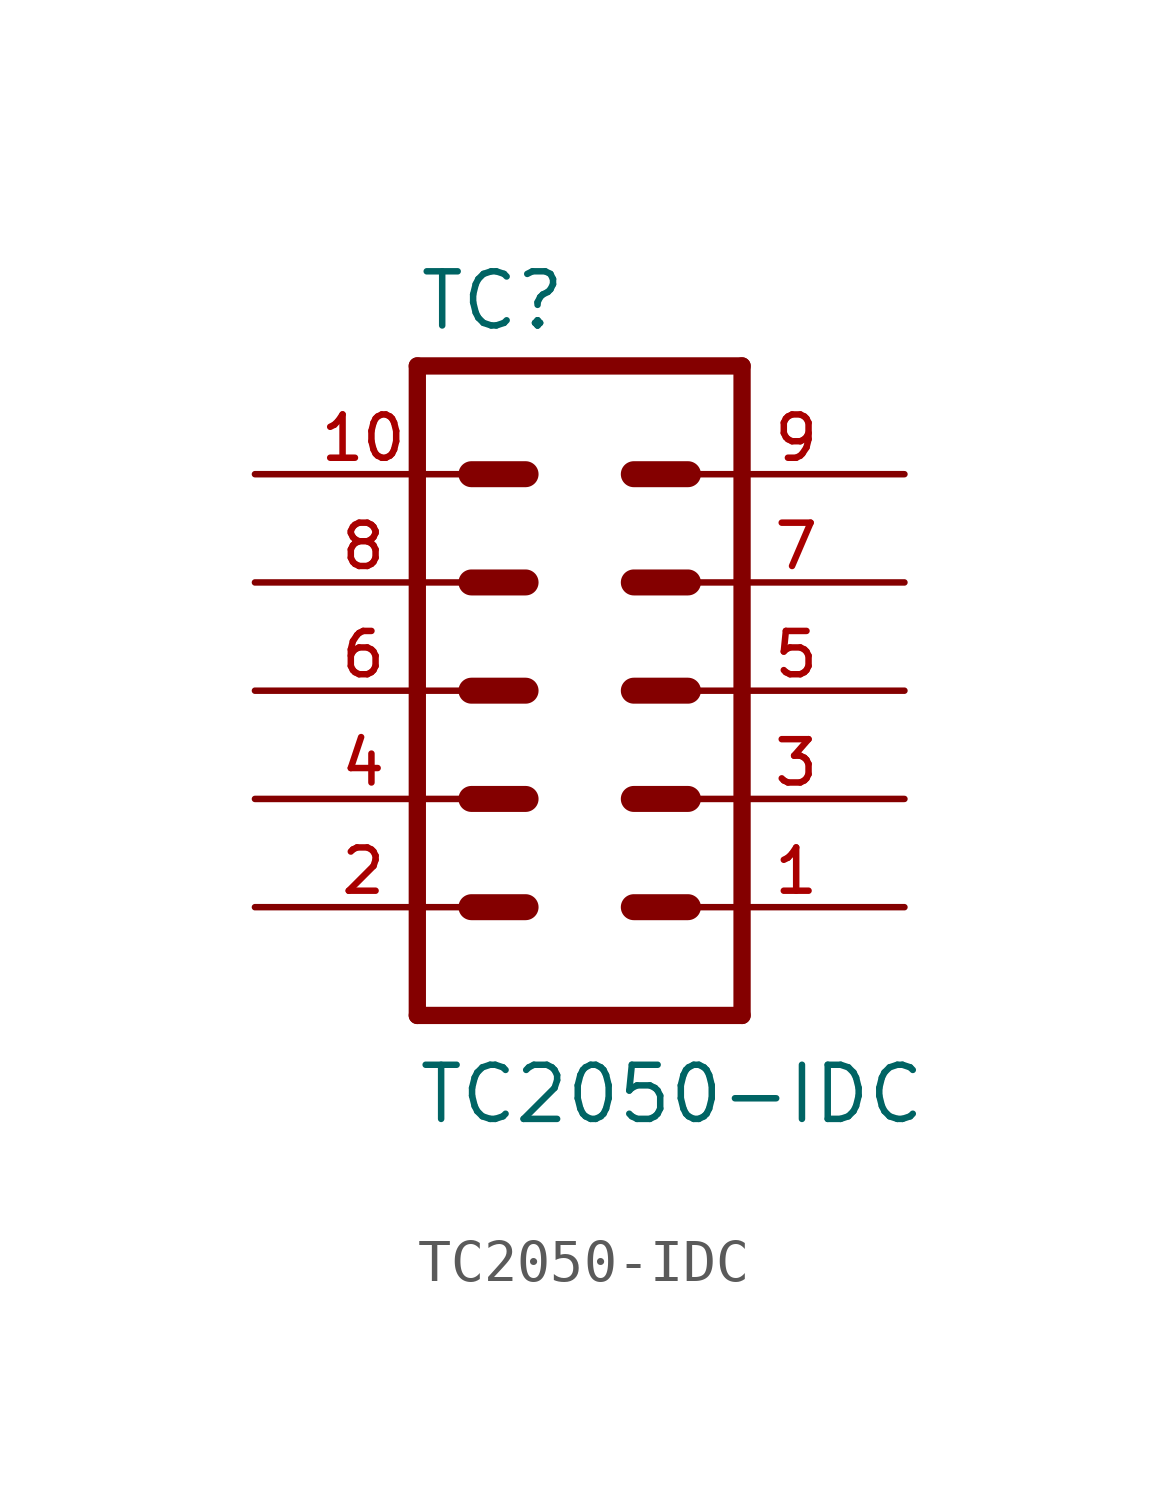
<source format=kicad_sym>
(kicad_symbol_lib
  (version 20241209)
  (generator "kicad_symbol_editor")
  (generator_version "9.0")
  (symbol "TC2050-IDC"
    (pin_names
      (offset 1.016)
      (hide yes))
    (property "Reference" "TC"
      (at -3.81 8.407 0)
      (effects (font (size 1.27 1.27)) (justify left bottom)))
    (property "Value" "TC2050-IDC"
      (at -3.835 -10.211 0)
      (effects (font (size 1.27 1.27)) (justify left bottom)))
    (property "ki_locked" ""
      (at 0 0 0)
      (effects (font (size 1.27 1.27))))
    (symbol "TC2050-IDC_0_0"
      (polyline (pts (xy -3.81 7.62) (xy -3.81 -7.62)) (stroke (width 0.406) (type default)) (fill (type none)))
      (polyline (pts (xy -3.81 7.62) (xy 3.81 7.62)) (stroke (width 0.406) (type default)) (fill (type none)))
      (polyline (pts (xy -2.54 5.08) (xy -1.27 5.08)) (stroke (width 0.61) (type default)) (fill (type none)))
      (polyline (pts (xy -2.54 2.54) (xy -1.27 2.54)) (stroke (width 0.61) (type default)) (fill (type none)))
      (polyline (pts (xy -2.54 0) (xy -1.27 0)) (stroke (width 0.61) (type default)) (fill (type none)))
      (polyline (pts (xy -2.54 -2.54) (xy -1.27 -2.54)) (stroke (width 0.61) (type default)) (fill (type none)))
      (polyline (pts (xy -2.54 -5.08) (xy -1.27 -5.08)) (stroke (width 0.61) (type default)) (fill (type none)))
      (polyline (pts (xy 1.27 5.08) (xy 2.54 5.08)) (stroke (width 0.61) (type default)) (fill (type none)))
      (polyline (pts (xy 1.27 2.54) (xy 2.54 2.54)) (stroke (width 0.61) (type default)) (fill (type none)))
      (polyline (pts (xy 1.27 0) (xy 2.54 0)) (stroke (width 0.61) (type default)) (fill (type none)))
      (polyline (pts (xy 1.27 -2.54) (xy 2.54 -2.54)) (stroke (width 0.61) (type default)) (fill (type none)))
      (polyline (pts (xy 1.27 -5.08) (xy 2.54 -5.08)) (stroke (width 0.61) (type default)) (fill (type none)))
      (polyline (pts (xy 3.81 -7.62) (xy -3.81 -7.62)) (stroke (width 0.406) (type default)) (fill (type none)))
      (polyline (pts (xy 3.81 -7.62) (xy 3.81 7.62)) (stroke (width 0.406) (type default)) (fill (type none)))
      (pin passive line (at -7.62 5.08 0) (length 5.08) (name "10" (effects (font (size 1.016 1.016)))) (number "10" (effects (font (size 1.016 1.016)))))
      (pin passive line (at -7.62 2.54 0) (length 5.08) (name "8" (effects (font (size 1.016 1.016)))) (number "8" (effects (font (size 1.016 1.016)))))
      (pin passive line (at -7.62 0 0) (length 5.08) (name "6" (effects (font (size 1.016 1.016)))) (number "6" (effects (font (size 1.016 1.016)))))
      (pin passive line (at -7.62 -2.54 0) (length 5.08) (name "4" (effects (font (size 1.016 1.016)))) (number "4" (effects (font (size 1.016 1.016)))))
      (pin passive line (at -7.62 -5.08 0) (length 5.08) (name "2" (effects (font (size 1.016 1.016)))) (number "2" (effects (font (size 1.016 1.016)))))
      (pin passive line (at 7.62 5.08 180) (length 5.08) (name "9" (effects (font (size 1.016 1.016)))) (number "9" (effects (font (size 1.016 1.016)))))
      (pin passive line (at 7.62 2.54 180) (length 5.08) (name "7" (effects (font (size 1.016 1.016)))) (number "7" (effects (font (size 1.016 1.016)))))
      (pin passive line (at 7.62 0 180) (length 5.08) (name "5" (effects (font (size 1.016 1.016)))) (number "5" (effects (font (size 1.016 1.016)))))
      (pin passive line (at 7.62 -2.54 180) (length 5.08) (name "3" (effects (font (size 1.016 1.016)))) (number "3" (effects (font (size 1.016 1.016)))))
      (pin passive line (at 7.62 -5.08 180) (length 5.08) (name "1" (effects (font (size 1.016 1.016)))) (number "1" (effects (font (size 1.016 1.016))))))))
</source>
